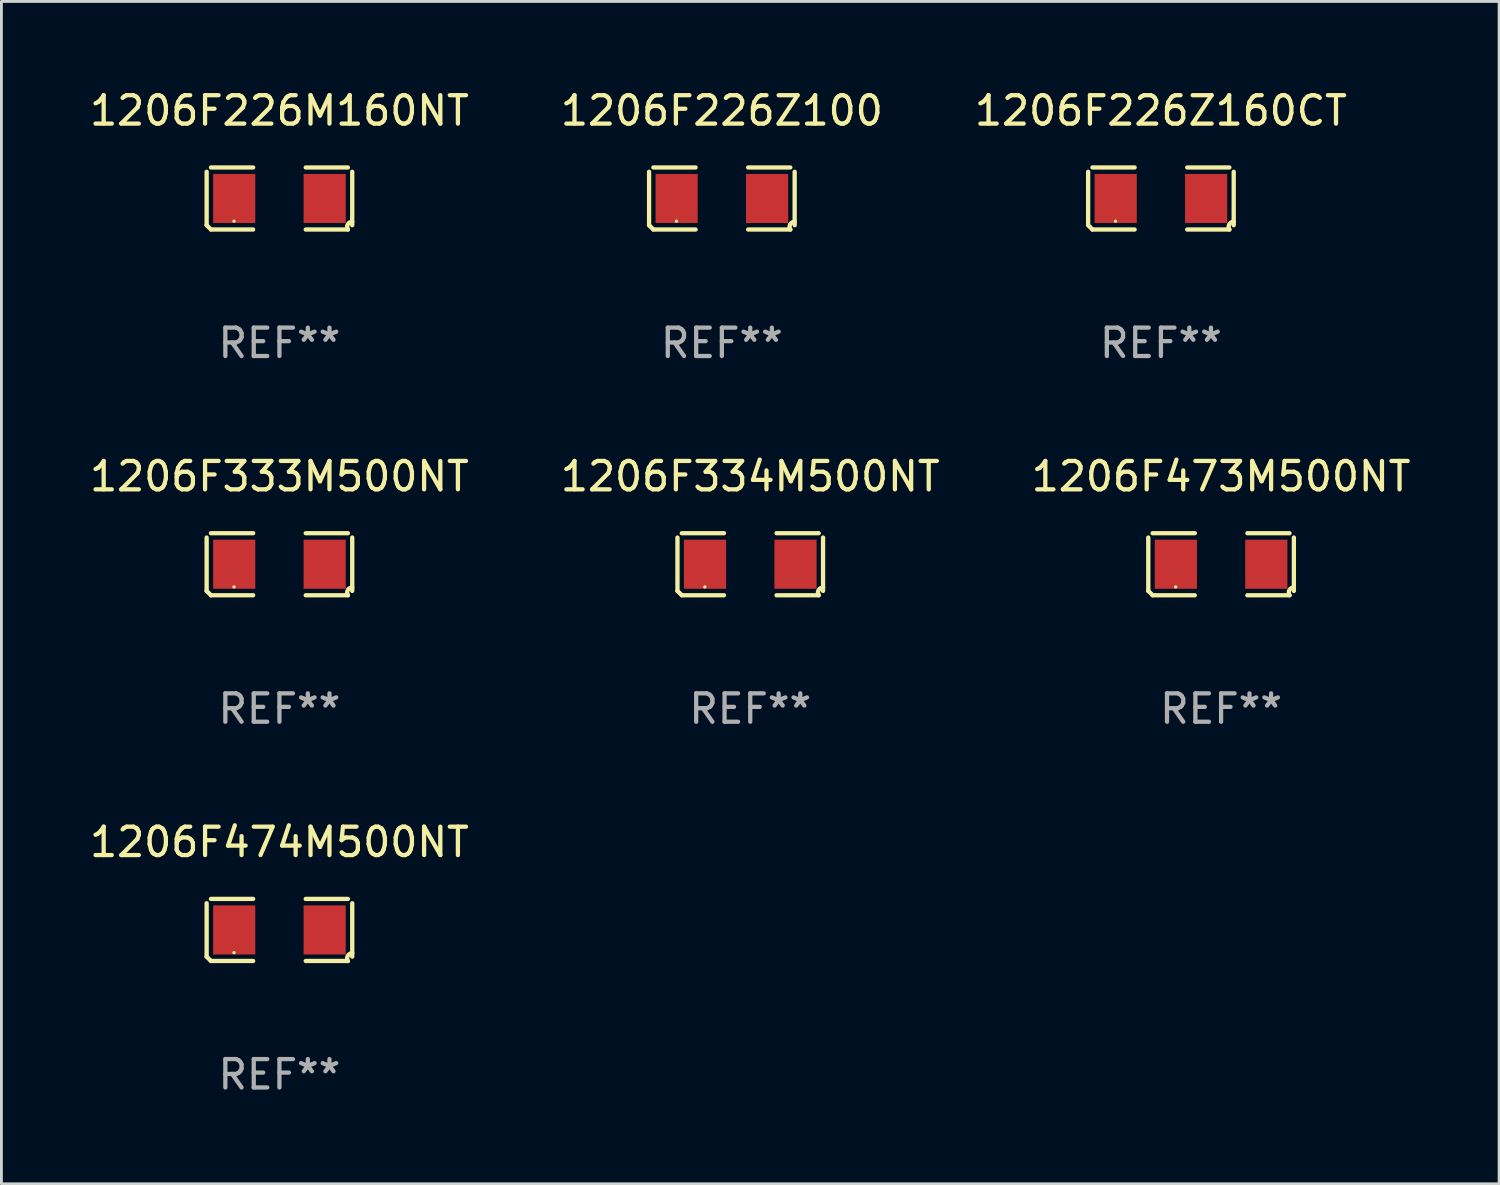
<source format=kicad_pcb>
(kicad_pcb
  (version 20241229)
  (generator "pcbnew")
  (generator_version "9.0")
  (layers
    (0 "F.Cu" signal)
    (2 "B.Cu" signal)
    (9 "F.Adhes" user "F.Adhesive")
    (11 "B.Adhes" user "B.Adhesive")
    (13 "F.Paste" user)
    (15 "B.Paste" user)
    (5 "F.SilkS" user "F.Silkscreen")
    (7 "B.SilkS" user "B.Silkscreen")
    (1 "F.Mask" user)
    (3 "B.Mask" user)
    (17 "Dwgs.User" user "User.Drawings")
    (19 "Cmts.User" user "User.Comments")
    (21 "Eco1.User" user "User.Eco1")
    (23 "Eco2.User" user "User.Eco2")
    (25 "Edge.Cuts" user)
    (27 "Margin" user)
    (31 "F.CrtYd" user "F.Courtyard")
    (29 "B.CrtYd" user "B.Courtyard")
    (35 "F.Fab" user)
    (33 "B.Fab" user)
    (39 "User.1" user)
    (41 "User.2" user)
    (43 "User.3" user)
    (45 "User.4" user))
  (footprint "1206F474M500NT"
    (layer "F.Cu")
    (at 6.792 29.704)
    (property "Reference" "1206F474M500NT" (at 0 -3.093 0) (layer "F.SilkS") (effects (font (size 1 1) (thickness 0.15))))
    (attr through_hole)
    (fp_line (start -2.564 0.94) (end -2.564 -0.94) (stroke (width 0.152) (type solid)) (layer "F.SilkS"))
    (fp_line (start -2.411 -1.093) (end -0.926 -1.093) (stroke (width 0.152) (type solid)) (layer "F.SilkS"))
    (fp_line (start -0.926 1.093) (end -2.411 1.093) (stroke (width 0.152) (type solid)) (layer "F.SilkS"))
    (fp_line (start 0.926 1.093) (end 2.411 1.093) (stroke (width 0.152) (type solid)) (layer "F.SilkS"))
    (fp_line (start 2.411 -1.093) (end 0.926 -1.093) (stroke (width 0.152) (type solid)) (layer "F.SilkS"))
    (fp_line (start 2.564 0.94) (end 2.564 -0.94) (stroke (width 0.152) (type solid)) (layer "F.SilkS"))
    (fp_arc (start -2.411201 1.092609) (mid -2.487413 1.01642) (end -2.563602 0.940208) (stroke (width 0.1524) (type solid)) (layer "F.SilkS"))
    (fp_arc (start 2.411201 1.092609) (mid 2.407159 0.911226) (end 2.563602 0.819347) (stroke (width 0.1524) (type solid)) (layer "F.SilkS"))
    (fp_circle (center -1.6 0.8) (end -1.57 0.8) (stroke (width 0.06) (type solid)) (fill no) (layer "F.SilkS"))
    (fp_text user "REF**" (at 0 5.093 0) (layer "F.Fab") (effects (font (size 1 1) (thickness 0.15))))
    (pad "1" smd rect (at -1.593 0) (size 1.485 1.728) (layers "F.Cu" "F.Mask" "F.Paste"))
    (pad "2" smd rect (at 1.593 0) (size 1.485 1.728) (layers "F.Cu" "F.Mask" "F.Paste")))
  (footprint "1206F226Z160CT"
    (layer "F.Cu")
    (at 37.839 3.941)
    (property "Reference" "1206F226Z160CT" (at 0 -3.093 0) (layer "F.SilkS") (effects (font (size 1 1) (thickness 0.15))))
    (attr through_hole)
    (fp_line (start -2.564 0.94) (end -2.564 -0.94) (stroke (width 0.152) (type solid)) (layer "F.SilkS"))
    (fp_line (start -2.411 -1.093) (end -0.926 -1.093) (stroke (width 0.152) (type solid)) (layer "F.SilkS"))
    (fp_line (start -0.926 1.093) (end -2.411 1.093) (stroke (width 0.152) (type solid)) (layer "F.SilkS"))
    (fp_line (start 0.926 1.093) (end 2.411 1.093) (stroke (width 0.152) (type solid)) (layer "F.SilkS"))
    (fp_line (start 2.411 -1.093) (end 0.926 -1.093) (stroke (width 0.152) (type solid)) (layer "F.SilkS"))
    (fp_line (start 2.564 0.94) (end 2.564 -0.94) (stroke (width 0.152) (type solid)) (layer "F.SilkS"))
    (fp_arc (start -2.411201 1.092609) (mid -2.487413 1.01642) (end -2.563602 0.940208) (stroke (width 0.1524) (type solid)) (layer "F.SilkS"))
    (fp_arc (start 2.411201 1.092609) (mid 2.407159 0.911226) (end 2.563602 0.819347) (stroke (width 0.1524) (type solid)) (layer "F.SilkS"))
    (fp_circle (center -1.6 0.8) (end -1.57 0.8) (stroke (width 0.06) (type solid)) (fill no) (layer "F.SilkS"))
    (fp_text user "REF**" (at 0 5.093 0) (layer "F.Fab") (effects (font (size 1 1) (thickness 0.15))))
    (pad "1" smd rect (at -1.593 0) (size 1.485 1.728) (layers "F.Cu" "F.Mask" "F.Paste"))
    (pad "2" smd rect (at 1.593 0) (size 1.485 1.728) (layers "F.Cu" "F.Mask" "F.Paste")))
  (footprint "1206F473M500NT"
    (layer "F.Cu")
    (at 39.958 16.823)
    (property "Reference" "1206F473M500NT" (at 0 -3.093 0) (layer "F.SilkS") (effects (font (size 1 1) (thickness 0.15))))
    (attr through_hole)
    (fp_line (start -2.564 0.94) (end -2.564 -0.94) (stroke (width 0.152) (type solid)) (layer "F.SilkS"))
    (fp_line (start -2.411 -1.093) (end -0.926 -1.093) (stroke (width 0.152) (type solid)) (layer "F.SilkS"))
    (fp_line (start -0.926 1.093) (end -2.411 1.093) (stroke (width 0.152) (type solid)) (layer "F.SilkS"))
    (fp_line (start 0.926 1.093) (end 2.411 1.093) (stroke (width 0.152) (type solid)) (layer "F.SilkS"))
    (fp_line (start 2.411 -1.093) (end 0.926 -1.093) (stroke (width 0.152) (type solid)) (layer "F.SilkS"))
    (fp_line (start 2.564 0.94) (end 2.564 -0.94) (stroke (width 0.152) (type solid)) (layer "F.SilkS"))
    (fp_arc (start -2.411201 1.092609) (mid -2.487413 1.01642) (end -2.563602 0.940208) (stroke (width 0.1524) (type solid)) (layer "F.SilkS"))
    (fp_arc (start 2.411201 1.092609) (mid 2.407159 0.911226) (end 2.563602 0.819347) (stroke (width 0.1524) (type solid)) (layer "F.SilkS"))
    (fp_circle (center -1.6 0.8) (end -1.57 0.8) (stroke (width 0.06) (type solid)) (fill no) (layer "F.SilkS"))
    (fp_text user "REF**" (at 0 5.093 0) (layer "F.Fab") (effects (font (size 1 1) (thickness 0.15))))
    (pad "1" smd rect (at -1.593 0) (size 1.485 1.728) (layers "F.Cu" "F.Mask" "F.Paste"))
    (pad "2" smd rect (at 1.593 0) (size 1.485 1.728) (layers "F.Cu" "F.Mask" "F.Paste")))
  (footprint "1206F334M500NT"
    (layer "F.Cu")
    (at 23.375 16.823)
    (property "Reference" "1206F334M500NT" (at 0 -3.093 0) (layer "F.SilkS") (effects (font (size 1 1) (thickness 0.15))))
    (attr through_hole)
    (fp_line (start -2.564 0.94) (end -2.564 -0.94) (stroke (width 0.152) (type solid)) (layer "F.SilkS"))
    (fp_line (start -2.411 -1.093) (end -0.926 -1.093) (stroke (width 0.152) (type solid)) (layer "F.SilkS"))
    (fp_line (start -0.926 1.093) (end -2.411 1.093) (stroke (width 0.152) (type solid)) (layer "F.SilkS"))
    (fp_line (start 0.926 1.093) (end 2.411 1.093) (stroke (width 0.152) (type solid)) (layer "F.SilkS"))
    (fp_line (start 2.411 -1.093) (end 0.926 -1.093) (stroke (width 0.152) (type solid)) (layer "F.SilkS"))
    (fp_line (start 2.564 0.94) (end 2.564 -0.94) (stroke (width 0.152) (type solid)) (layer "F.SilkS"))
    (fp_arc (start -2.411201 1.092609) (mid -2.487413 1.01642) (end -2.563602 0.940208) (stroke (width 0.1524) (type solid)) (layer "F.SilkS"))
    (fp_arc (start 2.411201 1.092609) (mid 2.407159 0.911226) (end 2.563602 0.819347) (stroke (width 0.1524) (type solid)) (layer "F.SilkS"))
    (fp_circle (center -1.6 0.8) (end -1.57 0.8) (stroke (width 0.06) (type solid)) (fill no) (layer "F.SilkS"))
    (fp_text user "REF**" (at 0 5.093 0) (layer "F.Fab") (effects (font (size 1 1) (thickness 0.15))))
    (pad "1" smd rect (at -1.593 0) (size 1.485 1.728) (layers "F.Cu" "F.Mask" "F.Paste"))
    (pad "2" smd rect (at 1.593 0) (size 1.485 1.728) (layers "F.Cu" "F.Mask" "F.Paste")))
  (footprint "1206F226Z100"
    (layer "F.Cu")
    (at 22.375 3.941)
    (property "Reference" "1206F226Z100" (at 0 -3.093 0) (layer "F.SilkS") (effects (font (size 1 1) (thickness 0.15))))
    (attr through_hole)
    (fp_line (start -2.564 0.94) (end -2.564 -0.94) (stroke (width 0.152) (type solid)) (layer "F.SilkS"))
    (fp_line (start -2.411 -1.093) (end -0.926 -1.093) (stroke (width 0.152) (type solid)) (layer "F.SilkS"))
    (fp_line (start -0.926 1.093) (end -2.411 1.093) (stroke (width 0.152) (type solid)) (layer "F.SilkS"))
    (fp_line (start 0.926 1.093) (end 2.411 1.093) (stroke (width 0.152) (type solid)) (layer "F.SilkS"))
    (fp_line (start 2.411 -1.093) (end 0.926 -1.093) (stroke (width 0.152) (type solid)) (layer "F.SilkS"))
    (fp_line (start 2.564 0.94) (end 2.564 -0.94) (stroke (width 0.152) (type solid)) (layer "F.SilkS"))
    (fp_arc (start -2.411201 1.092609) (mid -2.487413 1.01642) (end -2.563602 0.940208) (stroke (width 0.1524) (type solid)) (layer "F.SilkS"))
    (fp_arc (start 2.411201 1.092609) (mid 2.407159 0.911226) (end 2.563602 0.819347) (stroke (width 0.1524) (type solid)) (layer "F.SilkS"))
    (fp_circle (center -1.6 0.8) (end -1.57 0.8) (stroke (width 0.06) (type solid)) (fill no) (layer "F.SilkS"))
    (fp_text user "REF**" (at 0 5.093 0) (layer "F.Fab") (effects (font (size 1 1) (thickness 0.15))))
    (pad "1" smd rect (at -1.593 0) (size 1.485 1.728) (layers "F.Cu" "F.Mask" "F.Paste"))
    (pad "2" smd rect (at 1.593 0) (size 1.485 1.728) (layers "F.Cu" "F.Mask" "F.Paste")))
  (footprint "1206F333M500NT"
    (layer "F.Cu")
    (at 6.792 16.823)
    (property "Reference" "1206F333M500NT" (at 0 -3.093 0) (layer "F.SilkS") (effects (font (size 1 1) (thickness 0.15))))
    (attr through_hole)
    (fp_line (start -2.564 0.94) (end -2.564 -0.94) (stroke (width 0.152) (type solid)) (layer "F.SilkS"))
    (fp_line (start -2.411 -1.093) (end -0.926 -1.093) (stroke (width 0.152) (type solid)) (layer "F.SilkS"))
    (fp_line (start -0.926 1.093) (end -2.411 1.093) (stroke (width 0.152) (type solid)) (layer "F.SilkS"))
    (fp_line (start 0.926 1.093) (end 2.411 1.093) (stroke (width 0.152) (type solid)) (layer "F.SilkS"))
    (fp_line (start 2.411 -1.093) (end 0.926 -1.093) (stroke (width 0.152) (type solid)) (layer "F.SilkS"))
    (fp_line (start 2.564 0.94) (end 2.564 -0.94) (stroke (width 0.152) (type solid)) (layer "F.SilkS"))
    (fp_arc (start -2.411201 1.092609) (mid -2.487413 1.01642) (end -2.563602 0.940208) (stroke (width 0.1524) (type solid)) (layer "F.SilkS"))
    (fp_arc (start 2.411201 1.092609) (mid 2.407159 0.911226) (end 2.563602 0.819347) (stroke (width 0.1524) (type solid)) (layer "F.SilkS"))
    (fp_circle (center -1.6 0.8) (end -1.57 0.8) (stroke (width 0.06) (type solid)) (fill no) (layer "F.SilkS"))
    (fp_text user "REF**" (at 0 5.093 0) (layer "F.Fab") (effects (font (size 1 1) (thickness 0.15))))
    (pad "1" smd rect (at -1.593 0) (size 1.485 1.728) (layers "F.Cu" "F.Mask" "F.Paste"))
    (pad "2" smd rect (at 1.593 0) (size 1.485 1.728) (layers "F.Cu" "F.Mask" "F.Paste")))
  (footprint "1206F226M160NT"
    (layer "F.Cu")
    (at 6.792 3.941)
    (property "Reference" "1206F226M160NT" (at 0 -3.093 0) (layer "F.SilkS") (effects (font (size 1 1) (thickness 0.15))))
    (attr through_hole)
    (fp_line (start -2.564 0.94) (end -2.564 -0.94) (stroke (width 0.152) (type solid)) (layer "F.SilkS"))
    (fp_line (start -2.411 -1.093) (end -0.926 -1.093) (stroke (width 0.152) (type solid)) (layer "F.SilkS"))
    (fp_line (start -0.926 1.093) (end -2.411 1.093) (stroke (width 0.152) (type solid)) (layer "F.SilkS"))
    (fp_line (start 0.926 1.093) (end 2.411 1.093) (stroke (width 0.152) (type solid)) (layer "F.SilkS"))
    (fp_line (start 2.411 -1.093) (end 0.926 -1.093) (stroke (width 0.152) (type solid)) (layer "F.SilkS"))
    (fp_line (start 2.564 0.94) (end 2.564 -0.94) (stroke (width 0.152) (type solid)) (layer "F.SilkS"))
    (fp_arc (start -2.411201 1.092609) (mid -2.487413 1.01642) (end -2.563602 0.940208) (stroke (width 0.1524) (type solid)) (layer "F.SilkS"))
    (fp_arc (start 2.411201 1.092609) (mid 2.407159 0.911226) (end 2.563602 0.819347) (stroke (width 0.1524) (type solid)) (layer "F.SilkS"))
    (fp_circle (center -1.6 0.8) (end -1.57 0.8) (stroke (width 0.06) (type solid)) (fill no) (layer "F.SilkS"))
    (fp_text user "REF**" (at 0 5.093 0) (layer "F.Fab") (effects (font (size 1 1) (thickness 0.15))))
    (pad "1" smd rect (at -1.593 0) (size 1.485 1.728) (layers "F.Cu" "F.Mask" "F.Paste"))
    (pad "2" smd rect (at 1.593 0) (size 1.485 1.728) (layers "F.Cu" "F.Mask" "F.Paste")))
  (gr_rect
    (start -3 -3)
    (end 49.75 38.645)
    (stroke (width 0.1) (type default))
    (fill no)
    (layer "Edge.Cuts")))
</source>
